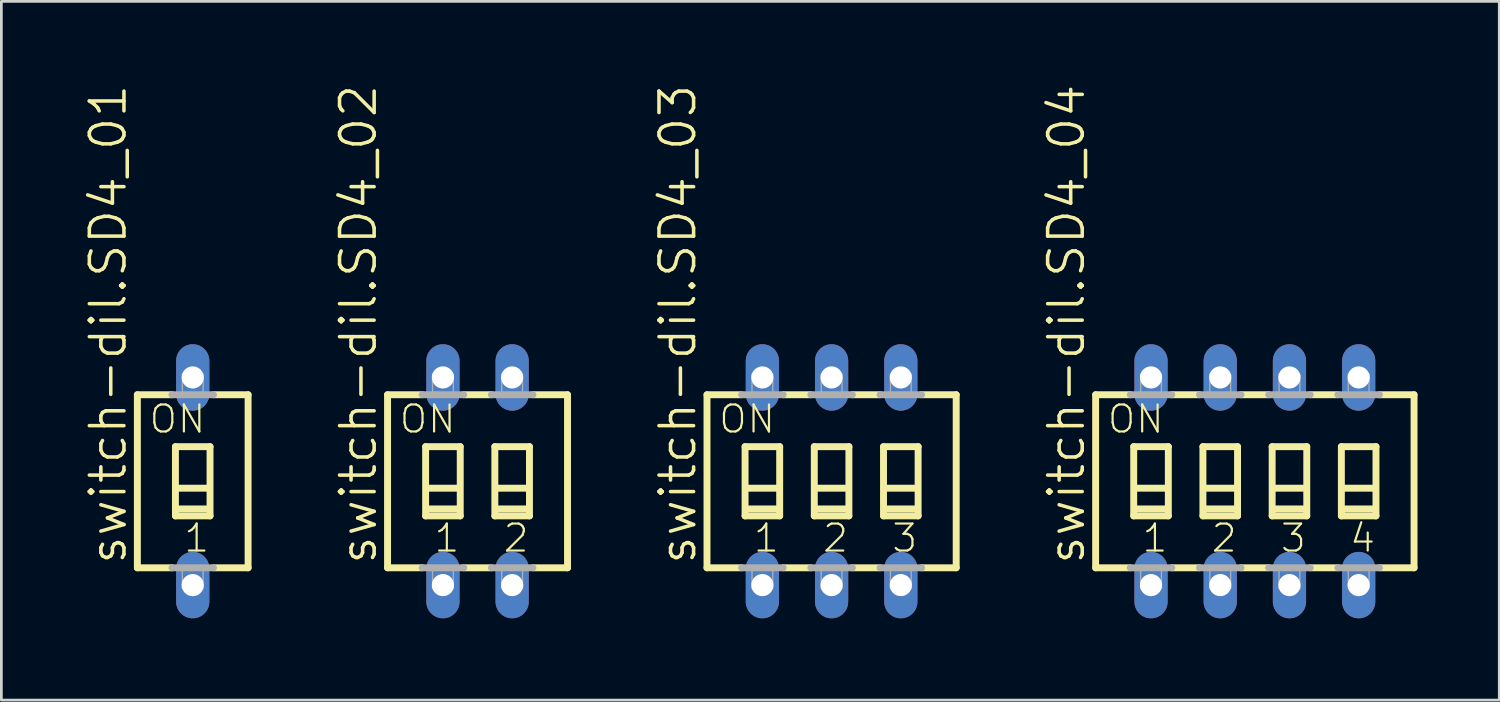
<source format=kicad_pcb>
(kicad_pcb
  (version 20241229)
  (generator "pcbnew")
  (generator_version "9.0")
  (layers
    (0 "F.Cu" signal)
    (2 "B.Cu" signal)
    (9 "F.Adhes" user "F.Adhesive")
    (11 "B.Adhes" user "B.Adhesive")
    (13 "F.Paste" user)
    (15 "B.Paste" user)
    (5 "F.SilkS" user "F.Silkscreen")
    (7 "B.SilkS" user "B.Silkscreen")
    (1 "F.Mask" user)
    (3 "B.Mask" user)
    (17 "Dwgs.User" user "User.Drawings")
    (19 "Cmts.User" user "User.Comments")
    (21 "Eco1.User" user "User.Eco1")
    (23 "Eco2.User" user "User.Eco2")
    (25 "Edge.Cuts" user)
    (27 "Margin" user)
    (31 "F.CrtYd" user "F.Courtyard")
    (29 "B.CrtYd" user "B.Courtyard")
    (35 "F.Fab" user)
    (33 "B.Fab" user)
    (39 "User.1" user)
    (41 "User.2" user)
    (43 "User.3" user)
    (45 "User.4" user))
  (footprint "switch-dil.SD4_03"
    (layer "F.Cu")
    (at 27.465 14.61)
    (property "Reference" "switch-dil.SD4_03" (at -4.902 3.124 90) (layer "F.SilkS") (effects (font (size 1.27 1.27) (thickness 0.13)) (justify left bottom)))
    (attr through_hole)
    (fp_line (start -4.572 -3.175) (end -4.572 3.175) (stroke (width 0.254) (type default)) (layer "F.SilkS"))
    (fp_line (start -4.572 -3.175) (end -3.302 -3.175) (stroke (width 0.254) (type default)) (layer "F.SilkS"))
    (fp_line (start -4.572 3.175) (end -3.302 3.175) (stroke (width 0.254) (type default)) (layer "F.SilkS"))
    (fp_line (start -3.175 -1.27) (end -3.175 1.27) (stroke (width 0.254) (type default)) (layer "F.SilkS"))
    (fp_line (start -3.175 1.27) (end -1.905 1.27) (stroke (width 0.254) (type default)) (layer "F.SilkS"))
    (fp_line (start -3.048 0.254) (end -2.032 0.254) (stroke (width 0.254) (type default)) (layer "F.SilkS"))
    (fp_line (start -2.032 1.016) (end -3.048 1.016) (stroke (width 0.254) (type default)) (layer "F.SilkS"))
    (fp_line (start -1.905 -1.27) (end -3.175 -1.27) (stroke (width 0.254) (type default)) (layer "F.SilkS"))
    (fp_line (start -1.905 1.27) (end -1.905 -1.27) (stroke (width 0.254) (type default)) (layer "F.SilkS"))
    (fp_line (start -1.778 -3.175) (end -0.762 -3.175) (stroke (width 0.254) (type default)) (layer "F.SilkS"))
    (fp_line (start -1.778 3.175) (end -0.762 3.175) (stroke (width 0.254) (type default)) (layer "F.SilkS"))
    (fp_line (start -0.635 -1.27) (end -0.635 1.27) (stroke (width 0.254) (type default)) (layer "F.SilkS"))
    (fp_line (start -0.635 1.27) (end 0.635 1.27) (stroke (width 0.254) (type default)) (layer "F.SilkS"))
    (fp_line (start -0.508 0.254) (end 0.508 0.254) (stroke (width 0.254) (type default)) (layer "F.SilkS"))
    (fp_line (start 0.508 1.016) (end -0.508 1.016) (stroke (width 0.254) (type default)) (layer "F.SilkS"))
    (fp_line (start 0.635 -1.27) (end -0.635 -1.27) (stroke (width 0.254) (type default)) (layer "F.SilkS"))
    (fp_line (start 0.635 1.27) (end 0.635 -1.27) (stroke (width 0.254) (type default)) (layer "F.SilkS"))
    (fp_line (start 0.762 -3.175) (end 1.778 -3.175) (stroke (width 0.254) (type default)) (layer "F.SilkS"))
    (fp_line (start 0.762 3.175) (end 1.778 3.175) (stroke (width 0.254) (type default)) (layer "F.SilkS"))
    (fp_line (start 1.905 -1.27) (end 1.905 1.27) (stroke (width 0.254) (type default)) (layer "F.SilkS"))
    (fp_line (start 1.905 1.27) (end 3.175 1.27) (stroke (width 0.254) (type default)) (layer "F.SilkS"))
    (fp_line (start 2.032 0.254) (end 3.048 0.254) (stroke (width 0.254) (type default)) (layer "F.SilkS"))
    (fp_line (start 3.048 1.016) (end 2.032 1.016) (stroke (width 0.254) (type default)) (layer "F.SilkS"))
    (fp_line (start 3.175 -1.27) (end 1.905 -1.27) (stroke (width 0.254) (type default)) (layer "F.SilkS"))
    (fp_line (start 3.175 1.27) (end 3.175 -1.27) (stroke (width 0.254) (type default)) (layer "F.SilkS"))
    (fp_line (start 4.572 -3.175) (end 3.302 -3.175) (stroke (width 0.254) (type default)) (layer "F.SilkS"))
    (fp_line (start 4.572 3.175) (end 3.302 3.175) (stroke (width 0.254) (type default)) (layer "F.SilkS"))
    (fp_line (start 4.572 3.175) (end 4.572 -3.175) (stroke (width 0.254) (type default)) (layer "F.SilkS"))
    (fp_line (start -3.302 -3.175) (end -1.778 -3.175) (stroke (width 0.254) (type default)) (layer "F.Fab"))
    (fp_line (start -1.778 3.175) (end -3.302 3.175) (stroke (width 0.254) (type default)) (layer "F.Fab"))
    (fp_line (start -0.762 -3.175) (end 0.762 -3.175) (stroke (width 0.254) (type default)) (layer "F.Fab"))
    (fp_line (start 0.762 3.175) (end -0.762 3.175) (stroke (width 0.254) (type default)) (layer "F.Fab"))
    (fp_line (start 1.778 -3.175) (end 3.302 -3.175) (stroke (width 0.254) (type default)) (layer "F.Fab"))
    (fp_line (start 3.302 3.175) (end 1.778 3.175) (stroke (width 0.254) (type default)) (layer "F.Fab"))
    (fp_rect (start -2.921 -3.175) (end -2.159 -3.937) (stroke (width 0.05) (type default)) (fill no) (layer "F.Fab"))
    (fp_rect (start -2.921 3.937) (end -2.159 3.175) (stroke (width 0.05) (type default)) (fill no) (layer "F.Fab"))
    (fp_rect (start -0.381 -3.175) (end 0.381 -3.937) (stroke (width 0.05) (type default)) (fill no) (layer "F.Fab"))
    (fp_rect (start -0.381 3.937) (end 0.381 3.175) (stroke (width 0.05) (type default)) (fill no) (layer "F.Fab"))
    (fp_rect (start 2.159 -3.175) (end 2.921 -3.937) (stroke (width 0.05) (type default)) (fill no) (layer "F.Fab"))
    (fp_rect (start 2.159 3.937) (end 2.921 3.175) (stroke (width 0.05) (type default)) (fill no) (layer "F.Fab"))
    (fp_text user "3" (at 2.159 2.667 0) (layer "F.SilkS") (effects (font (size 0.991 0.991) (thickness 0.08)) (justify left bottom)))
    (fp_text user "ON" (at -4.191 -1.702 0) (layer "F.SilkS") (effects (font (size 0.991 0.991) (thickness 0.08)) (justify left bottom)))
    (fp_text user "1" (at -2.921 2.667 0) (layer "F.SilkS") (effects (font (size 0.991 0.991) (thickness 0.08)) (justify left bottom)))
    (fp_text user "2" (at -0.381 2.667 0) (layer "F.SilkS") (effects (font (size 0.991 0.991) (thickness 0.08)) (justify left bottom)))
    (pad "1" thru_hole oval (at -2.54 3.81 90) (size 2.438 1.219) (drill 0.813) (layers "*.Cu" "*.Mask"))
    (pad "2" thru_hole oval (at 0 3.81 90) (size 2.438 1.219) (drill 0.813) (layers "*.Cu" "*.Mask"))
    (pad "3" thru_hole oval (at 2.54 3.81 90) (size 2.438 1.219) (drill 0.813) (layers "*.Cu" "*.Mask"))
    (pad "4" thru_hole oval (at 2.54 -3.81 90) (size 2.438 1.219) (drill 0.813) (layers "*.Cu" "*.Mask"))
    (pad "5" thru_hole oval (at 0 -3.81 90) (size 2.438 1.219) (drill 0.813) (layers "*.Cu" "*.Mask"))
    (pad "6" thru_hole oval (at -2.54 -3.81 90) (size 2.438 1.219) (drill 0.813) (layers "*.Cu" "*.Mask")))
  (footprint "switch-dil.SD4_02"
    (layer "F.Cu")
    (at 14.473 14.61)
    (property "Reference" "switch-dil.SD4_02" (at -3.632 3.124 90) (layer "F.SilkS") (effects (font (size 1.27 1.27) (thickness 0.13)) (justify left bottom)))
    (attr through_hole)
    (fp_line (start -3.302 -3.175) (end -3.302 3.175) (stroke (width 0.254) (type default)) (layer "F.SilkS"))
    (fp_line (start -3.302 -3.175) (end -2.032 -3.175) (stroke (width 0.254) (type default)) (layer "F.SilkS"))
    (fp_line (start -3.302 3.175) (end -2.032 3.175) (stroke (width 0.254) (type default)) (layer "F.SilkS"))
    (fp_line (start -1.905 -1.27) (end -1.905 1.27) (stroke (width 0.254) (type default)) (layer "F.SilkS"))
    (fp_line (start -1.905 1.27) (end -0.635 1.27) (stroke (width 0.254) (type default)) (layer "F.SilkS"))
    (fp_line (start -1.778 0.254) (end -0.762 0.254) (stroke (width 0.254) (type default)) (layer "F.SilkS"))
    (fp_line (start -0.762 1.016) (end -1.778 1.016) (stroke (width 0.254) (type default)) (layer "F.SilkS"))
    (fp_line (start -0.635 -1.27) (end -1.905 -1.27) (stroke (width 0.254) (type default)) (layer "F.SilkS"))
    (fp_line (start -0.635 1.27) (end -0.635 -1.27) (stroke (width 0.254) (type default)) (layer "F.SilkS"))
    (fp_line (start 0.508 -3.175) (end -0.508 -3.175) (stroke (width 0.254) (type default)) (layer "F.SilkS"))
    (fp_line (start 0.508 3.175) (end -0.508 3.175) (stroke (width 0.254) (type default)) (layer "F.SilkS"))
    (fp_line (start 0.635 -1.27) (end 0.635 1.27) (stroke (width 0.254) (type default)) (layer "F.SilkS"))
    (fp_line (start 0.635 1.27) (end 1.905 1.27) (stroke (width 0.254) (type default)) (layer "F.SilkS"))
    (fp_line (start 0.762 0.254) (end 1.778 0.254) (stroke (width 0.254) (type default)) (layer "F.SilkS"))
    (fp_line (start 1.778 1.016) (end 0.762 1.016) (stroke (width 0.254) (type default)) (layer "F.SilkS"))
    (fp_line (start 1.905 -1.27) (end 0.635 -1.27) (stroke (width 0.254) (type default)) (layer "F.SilkS"))
    (fp_line (start 1.905 1.27) (end 1.905 -1.27) (stroke (width 0.254) (type default)) (layer "F.SilkS"))
    (fp_line (start 3.302 -3.175) (end 2.032 -3.175) (stroke (width 0.254) (type default)) (layer "F.SilkS"))
    (fp_line (start 3.302 3.175) (end 2.032 3.175) (stroke (width 0.254) (type default)) (layer "F.SilkS"))
    (fp_line (start 3.302 3.175) (end 3.302 -3.175) (stroke (width 0.254) (type default)) (layer "F.SilkS"))
    (fp_line (start -2.032 -3.175) (end -0.508 -3.175) (stroke (width 0.254) (type default)) (layer "F.Fab"))
    (fp_line (start -0.508 3.175) (end -2.032 3.175) (stroke (width 0.254) (type default)) (layer "F.Fab"))
    (fp_line (start 0.508 -3.175) (end 2.032 -3.175) (stroke (width 0.254) (type default)) (layer "F.Fab"))
    (fp_line (start 2.032 3.175) (end 0.508 3.175) (stroke (width 0.254) (type default)) (layer "F.Fab"))
    (fp_rect (start -1.651 -3.175) (end -0.889 -3.937) (stroke (width 0.05) (type default)) (fill no) (layer "F.Fab"))
    (fp_rect (start -1.651 3.937) (end -0.889 3.175) (stroke (width 0.05) (type default)) (fill no) (layer "F.Fab"))
    (fp_rect (start 0.889 -3.175) (end 1.651 -3.937) (stroke (width 0.05) (type default)) (fill no) (layer "F.Fab"))
    (fp_rect (start 0.889 3.937) (end 1.651 3.175) (stroke (width 0.05) (type default)) (fill no) (layer "F.Fab"))
    (fp_text user "2" (at 0.889 2.667 0) (layer "F.SilkS") (effects (font (size 0.991 0.991) (thickness 0.08)) (justify left bottom)))
    (fp_text user "1" (at -1.651 2.667 0) (layer "F.SilkS") (effects (font (size 0.991 0.991) (thickness 0.08)) (justify left bottom)))
    (fp_text user "ON" (at -2.921 -1.702 0) (layer "F.SilkS") (effects (font (size 0.991 0.991) (thickness 0.08)) (justify left bottom)))
    (pad "1" thru_hole oval (at -1.27 3.81 90) (size 2.438 1.219) (drill 0.813) (layers "*.Cu" "*.Mask"))
    (pad "2" thru_hole oval (at 1.27 3.81 90) (size 2.438 1.219) (drill 0.813) (layers "*.Cu" "*.Mask"))
    (pad "3" thru_hole oval (at 1.27 -3.81 90) (size 2.438 1.219) (drill 0.813) (layers "*.Cu" "*.Mask"))
    (pad "4" thru_hole oval (at -1.27 -3.81 90) (size 2.438 1.219) (drill 0.813) (layers "*.Cu" "*.Mask")))
  (footprint "switch-dil.SD4_01"
    (layer "F.Cu")
    (at 4.022 14.61)
    (property "Reference" "switch-dil.SD4_01" (at -2.362 3.124 90) (layer "F.SilkS") (effects (font (size 1.27 1.27) (thickness 0.13)) (justify left bottom)))
    (attr through_hole)
    (fp_line (start -2.032 -3.175) (end -2.032 3.175) (stroke (width 0.254) (type default)) (layer "F.SilkS"))
    (fp_line (start -2.032 -3.175) (end -0.762 -3.175) (stroke (width 0.254) (type default)) (layer "F.SilkS"))
    (fp_line (start -2.032 3.175) (end -0.762 3.175) (stroke (width 0.254) (type default)) (layer "F.SilkS"))
    (fp_line (start -0.635 -1.27) (end -0.635 1.27) (stroke (width 0.254) (type default)) (layer "F.SilkS"))
    (fp_line (start -0.635 1.27) (end 0.635 1.27) (stroke (width 0.254) (type default)) (layer "F.SilkS"))
    (fp_line (start -0.508 0.254) (end 0.508 0.254) (stroke (width 0.254) (type default)) (layer "F.SilkS"))
    (fp_line (start 0.508 1.016) (end -0.508 1.016) (stroke (width 0.254) (type default)) (layer "F.SilkS"))
    (fp_line (start 0.635 -1.27) (end -0.635 -1.27) (stroke (width 0.254) (type default)) (layer "F.SilkS"))
    (fp_line (start 0.635 1.27) (end 0.635 -1.27) (stroke (width 0.254) (type default)) (layer "F.SilkS"))
    (fp_line (start 2.032 -3.175) (end 0.762 -3.175) (stroke (width 0.254) (type default)) (layer "F.SilkS"))
    (fp_line (start 2.032 3.175) (end 0.762 3.175) (stroke (width 0.254) (type default)) (layer "F.SilkS"))
    (fp_line (start 2.032 3.175) (end 2.032 -3.175) (stroke (width 0.254) (type default)) (layer "F.SilkS"))
    (fp_line (start -0.762 -3.175) (end 0.762 -3.175) (stroke (width 0.254) (type default)) (layer "F.Fab"))
    (fp_line (start 0.762 3.175) (end -0.762 3.175) (stroke (width 0.254) (type default)) (layer "F.Fab"))
    (fp_rect (start -0.381 -3.175) (end 0.381 -3.937) (stroke (width 0.05) (type default)) (fill no) (layer "F.Fab"))
    (fp_rect (start -0.381 3.937) (end 0.381 3.175) (stroke (width 0.05) (type default)) (fill no) (layer "F.Fab"))
    (fp_text user "1" (at -0.381 2.667 0) (layer "F.SilkS") (effects (font (size 0.991 0.991) (thickness 0.08)) (justify left bottom)))
    (fp_text user "ON" (at -1.651 -1.702 0) (layer "F.SilkS") (effects (font (size 0.991 0.991) (thickness 0.08)) (justify left bottom)))
    (pad "1" thru_hole oval (at 0 3.81 90) (size 2.438 1.219) (drill 0.813) (layers "*.Cu" "*.Mask"))
    (pad "2" thru_hole oval (at 0 -3.81 90) (size 2.438 1.219) (drill 0.813) (layers "*.Cu" "*.Mask")))
  (footprint "switch-dil.SD4_04"
    (layer "F.Cu")
    (at 42.996 14.61)
    (property "Reference" "switch-dil.SD4_04" (at -6.172 3.124 90) (layer "F.SilkS") (effects (font (size 1.27 1.27) (thickness 0.13)) (justify left bottom)))
    (attr through_hole)
    (fp_line (start -5.842 -3.175) (end -5.842 3.175) (stroke (width 0.254) (type default)) (layer "F.SilkS"))
    (fp_line (start -5.842 -3.175) (end -4.572 -3.175) (stroke (width 0.254) (type default)) (layer "F.SilkS"))
    (fp_line (start -5.842 3.175) (end -4.572 3.175) (stroke (width 0.254) (type default)) (layer "F.SilkS"))
    (fp_line (start -4.445 -1.27) (end -4.445 1.27) (stroke (width 0.254) (type default)) (layer "F.SilkS"))
    (fp_line (start -4.445 1.27) (end -3.175 1.27) (stroke (width 0.254) (type default)) (layer "F.SilkS"))
    (fp_line (start -4.318 0.254) (end -3.302 0.254) (stroke (width 0.254) (type default)) (layer "F.SilkS"))
    (fp_line (start -3.302 1.016) (end -4.318 1.016) (stroke (width 0.254) (type default)) (layer "F.SilkS"))
    (fp_line (start -3.175 -1.27) (end -4.445 -1.27) (stroke (width 0.254) (type default)) (layer "F.SilkS"))
    (fp_line (start -3.175 1.27) (end -3.175 -1.27) (stroke (width 0.254) (type default)) (layer "F.SilkS"))
    (fp_line (start -3.048 -3.175) (end -2.032 -3.175) (stroke (width 0.254) (type default)) (layer "F.SilkS"))
    (fp_line (start -3.048 3.175) (end -2.032 3.175) (stroke (width 0.254) (type default)) (layer "F.SilkS"))
    (fp_line (start -1.905 -1.27) (end -1.905 1.27) (stroke (width 0.254) (type default)) (layer "F.SilkS"))
    (fp_line (start -1.905 1.27) (end -0.635 1.27) (stroke (width 0.254) (type default)) (layer "F.SilkS"))
    (fp_line (start -1.778 0.254) (end -0.762 0.254) (stroke (width 0.254) (type default)) (layer "F.SilkS"))
    (fp_line (start -0.762 1.016) (end -1.778 1.016) (stroke (width 0.254) (type default)) (layer "F.SilkS"))
    (fp_line (start -0.635 -1.27) (end -1.905 -1.27) (stroke (width 0.254) (type default)) (layer "F.SilkS"))
    (fp_line (start -0.635 1.27) (end -0.635 -1.27) (stroke (width 0.254) (type default)) (layer "F.SilkS"))
    (fp_line (start -0.508 -3.175) (end 0.508 -3.175) (stroke (width 0.254) (type default)) (layer "F.SilkS"))
    (fp_line (start -0.508 3.175) (end 0.508 3.175) (stroke (width 0.254) (type default)) (layer "F.SilkS"))
    (fp_line (start 0.635 -1.27) (end 0.635 1.27) (stroke (width 0.254) (type default)) (layer "F.SilkS"))
    (fp_line (start 0.635 1.27) (end 1.905 1.27) (stroke (width 0.254) (type default)) (layer "F.SilkS"))
    (fp_line (start 0.762 0.254) (end 1.778 0.254) (stroke (width 0.254) (type default)) (layer "F.SilkS"))
    (fp_line (start 1.778 1.016) (end 0.762 1.016) (stroke (width 0.254) (type default)) (layer "F.SilkS"))
    (fp_line (start 1.905 -1.27) (end 0.635 -1.27) (stroke (width 0.254) (type default)) (layer "F.SilkS"))
    (fp_line (start 1.905 1.27) (end 1.905 -1.27) (stroke (width 0.254) (type default)) (layer "F.SilkS"))
    (fp_line (start 2.032 -3.175) (end 3.048 -3.175) (stroke (width 0.254) (type default)) (layer "F.SilkS"))
    (fp_line (start 2.032 3.175) (end 3.048 3.175) (stroke (width 0.254) (type default)) (layer "F.SilkS"))
    (fp_line (start 3.175 -1.27) (end 3.175 1.27) (stroke (width 0.254) (type default)) (layer "F.SilkS"))
    (fp_line (start 3.175 1.27) (end 4.445 1.27) (stroke (width 0.254) (type default)) (layer "F.SilkS"))
    (fp_line (start 3.302 0.254) (end 4.318 0.254) (stroke (width 0.254) (type default)) (layer "F.SilkS"))
    (fp_line (start 4.318 1.016) (end 3.302 1.016) (stroke (width 0.254) (type default)) (layer "F.SilkS"))
    (fp_line (start 4.445 -1.27) (end 3.175 -1.27) (stroke (width 0.254) (type default)) (layer "F.SilkS"))
    (fp_line (start 4.445 1.27) (end 4.445 -1.27) (stroke (width 0.254) (type default)) (layer "F.SilkS"))
    (fp_line (start 5.842 -3.175) (end 4.572 -3.175) (stroke (width 0.254) (type default)) (layer "F.SilkS"))
    (fp_line (start 5.842 3.175) (end 4.572 3.175) (stroke (width 0.254) (type default)) (layer "F.SilkS"))
    (fp_line (start 5.842 3.175) (end 5.842 -3.175) (stroke (width 0.254) (type default)) (layer "F.SilkS"))
    (fp_line (start -4.572 -3.175) (end -3.048 -3.175) (stroke (width 0.254) (type default)) (layer "F.Fab"))
    (fp_line (start -3.048 3.175) (end -4.572 3.175) (stroke (width 0.254) (type default)) (layer "F.Fab"))
    (fp_line (start -2.032 -3.175) (end -0.508 -3.175) (stroke (width 0.254) (type default)) (layer "F.Fab"))
    (fp_line (start -0.508 3.175) (end -2.032 3.175) (stroke (width 0.254) (type default)) (layer "F.Fab"))
    (fp_line (start 0.508 -3.175) (end 2.032 -3.175) (stroke (width 0.254) (type default)) (layer "F.Fab"))
    (fp_line (start 2.032 3.175) (end 0.508 3.175) (stroke (width 0.254) (type default)) (layer "F.Fab"))
    (fp_line (start 3.048 -3.175) (end 4.572 -3.175) (stroke (width 0.254) (type default)) (layer "F.Fab"))
    (fp_line (start 4.572 3.175) (end 3.048 3.175) (stroke (width 0.254) (type default)) (layer "F.Fab"))
    (fp_rect (start -4.191 -3.175) (end -3.429 -3.937) (stroke (width 0.05) (type default)) (fill no) (layer "F.Fab"))
    (fp_rect (start -4.191 3.937) (end -3.429 3.175) (stroke (width 0.05) (type default)) (fill no) (layer "F.Fab"))
    (fp_rect (start -1.651 -3.175) (end -0.889 -3.937) (stroke (width 0.05) (type default)) (fill no) (layer "F.Fab"))
    (fp_rect (start -1.651 3.937) (end -0.889 3.175) (stroke (width 0.05) (type default)) (fill no) (layer "F.Fab"))
    (fp_rect (start 0.889 -3.175) (end 1.651 -3.937) (stroke (width 0.05) (type default)) (fill no) (layer "F.Fab"))
    (fp_rect (start 0.889 3.937) (end 1.651 3.175) (stroke (width 0.05) (type default)) (fill no) (layer "F.Fab"))
    (fp_rect (start 3.429 -3.175) (end 4.191 -3.937) (stroke (width 0.05) (type default)) (fill no) (layer "F.Fab"))
    (fp_rect (start 3.429 3.937) (end 4.191 3.175) (stroke (width 0.05) (type default)) (fill no) (layer "F.Fab"))
    (fp_text user "2" (at -1.651 2.667 0) (layer "F.SilkS") (effects (font (size 0.991 0.991) (thickness 0.08)) (justify left bottom)))
    (fp_text user "3" (at 0.889 2.667 0) (layer "F.SilkS") (effects (font (size 0.991 0.991) (thickness 0.08)) (justify left bottom)))
    (fp_text user "4" (at 3.429 2.667 0) (layer "F.SilkS") (effects (font (size 0.991 0.991) (thickness 0.08)) (justify left bottom)))
    (fp_text user "ON" (at -5.461 -1.702 0) (layer "F.SilkS") (effects (font (size 0.991 0.991) (thickness 0.08)) (justify left bottom)))
    (fp_text user "1" (at -4.191 2.667 0) (layer "F.SilkS") (effects (font (size 0.991 0.991) (thickness 0.08)) (justify left bottom)))
    (pad "1" thru_hole oval (at -3.81 3.81 90) (size 2.438 1.219) (drill 0.813) (layers "*.Cu" "*.Mask"))
    (pad "2" thru_hole oval (at -1.27 3.81 90) (size 2.438 1.219) (drill 0.813) (layers "*.Cu" "*.Mask"))
    (pad "3" thru_hole oval (at 1.27 3.81 90) (size 2.438 1.219) (drill 0.813) (layers "*.Cu" "*.Mask"))
    (pad "4" thru_hole oval (at 3.81 3.81 90) (size 2.438 1.219) (drill 0.813) (layers "*.Cu" "*.Mask"))
    (pad "5" thru_hole oval (at 3.81 -3.81 90) (size 2.438 1.219) (drill 0.813) (layers "*.Cu" "*.Mask"))
    (pad "6" thru_hole oval (at 1.27 -3.81 90) (size 2.438 1.219) (drill 0.813) (layers "*.Cu" "*.Mask"))
    (pad "7" thru_hole oval (at -1.27 -3.81 90) (size 2.438 1.219) (drill 0.813) (layers "*.Cu" "*.Mask"))
    (pad "8" thru_hole oval (at -3.81 -3.81 90) (size 2.438 1.219) (drill 0.813) (layers "*.Cu" "*.Mask")))
  (gr_rect
    (start -3 -3)
    (end 51.965 22.64)
    (stroke (width 0.1) (type default))
    (fill no)
    (layer "Edge.Cuts")))
</source>
